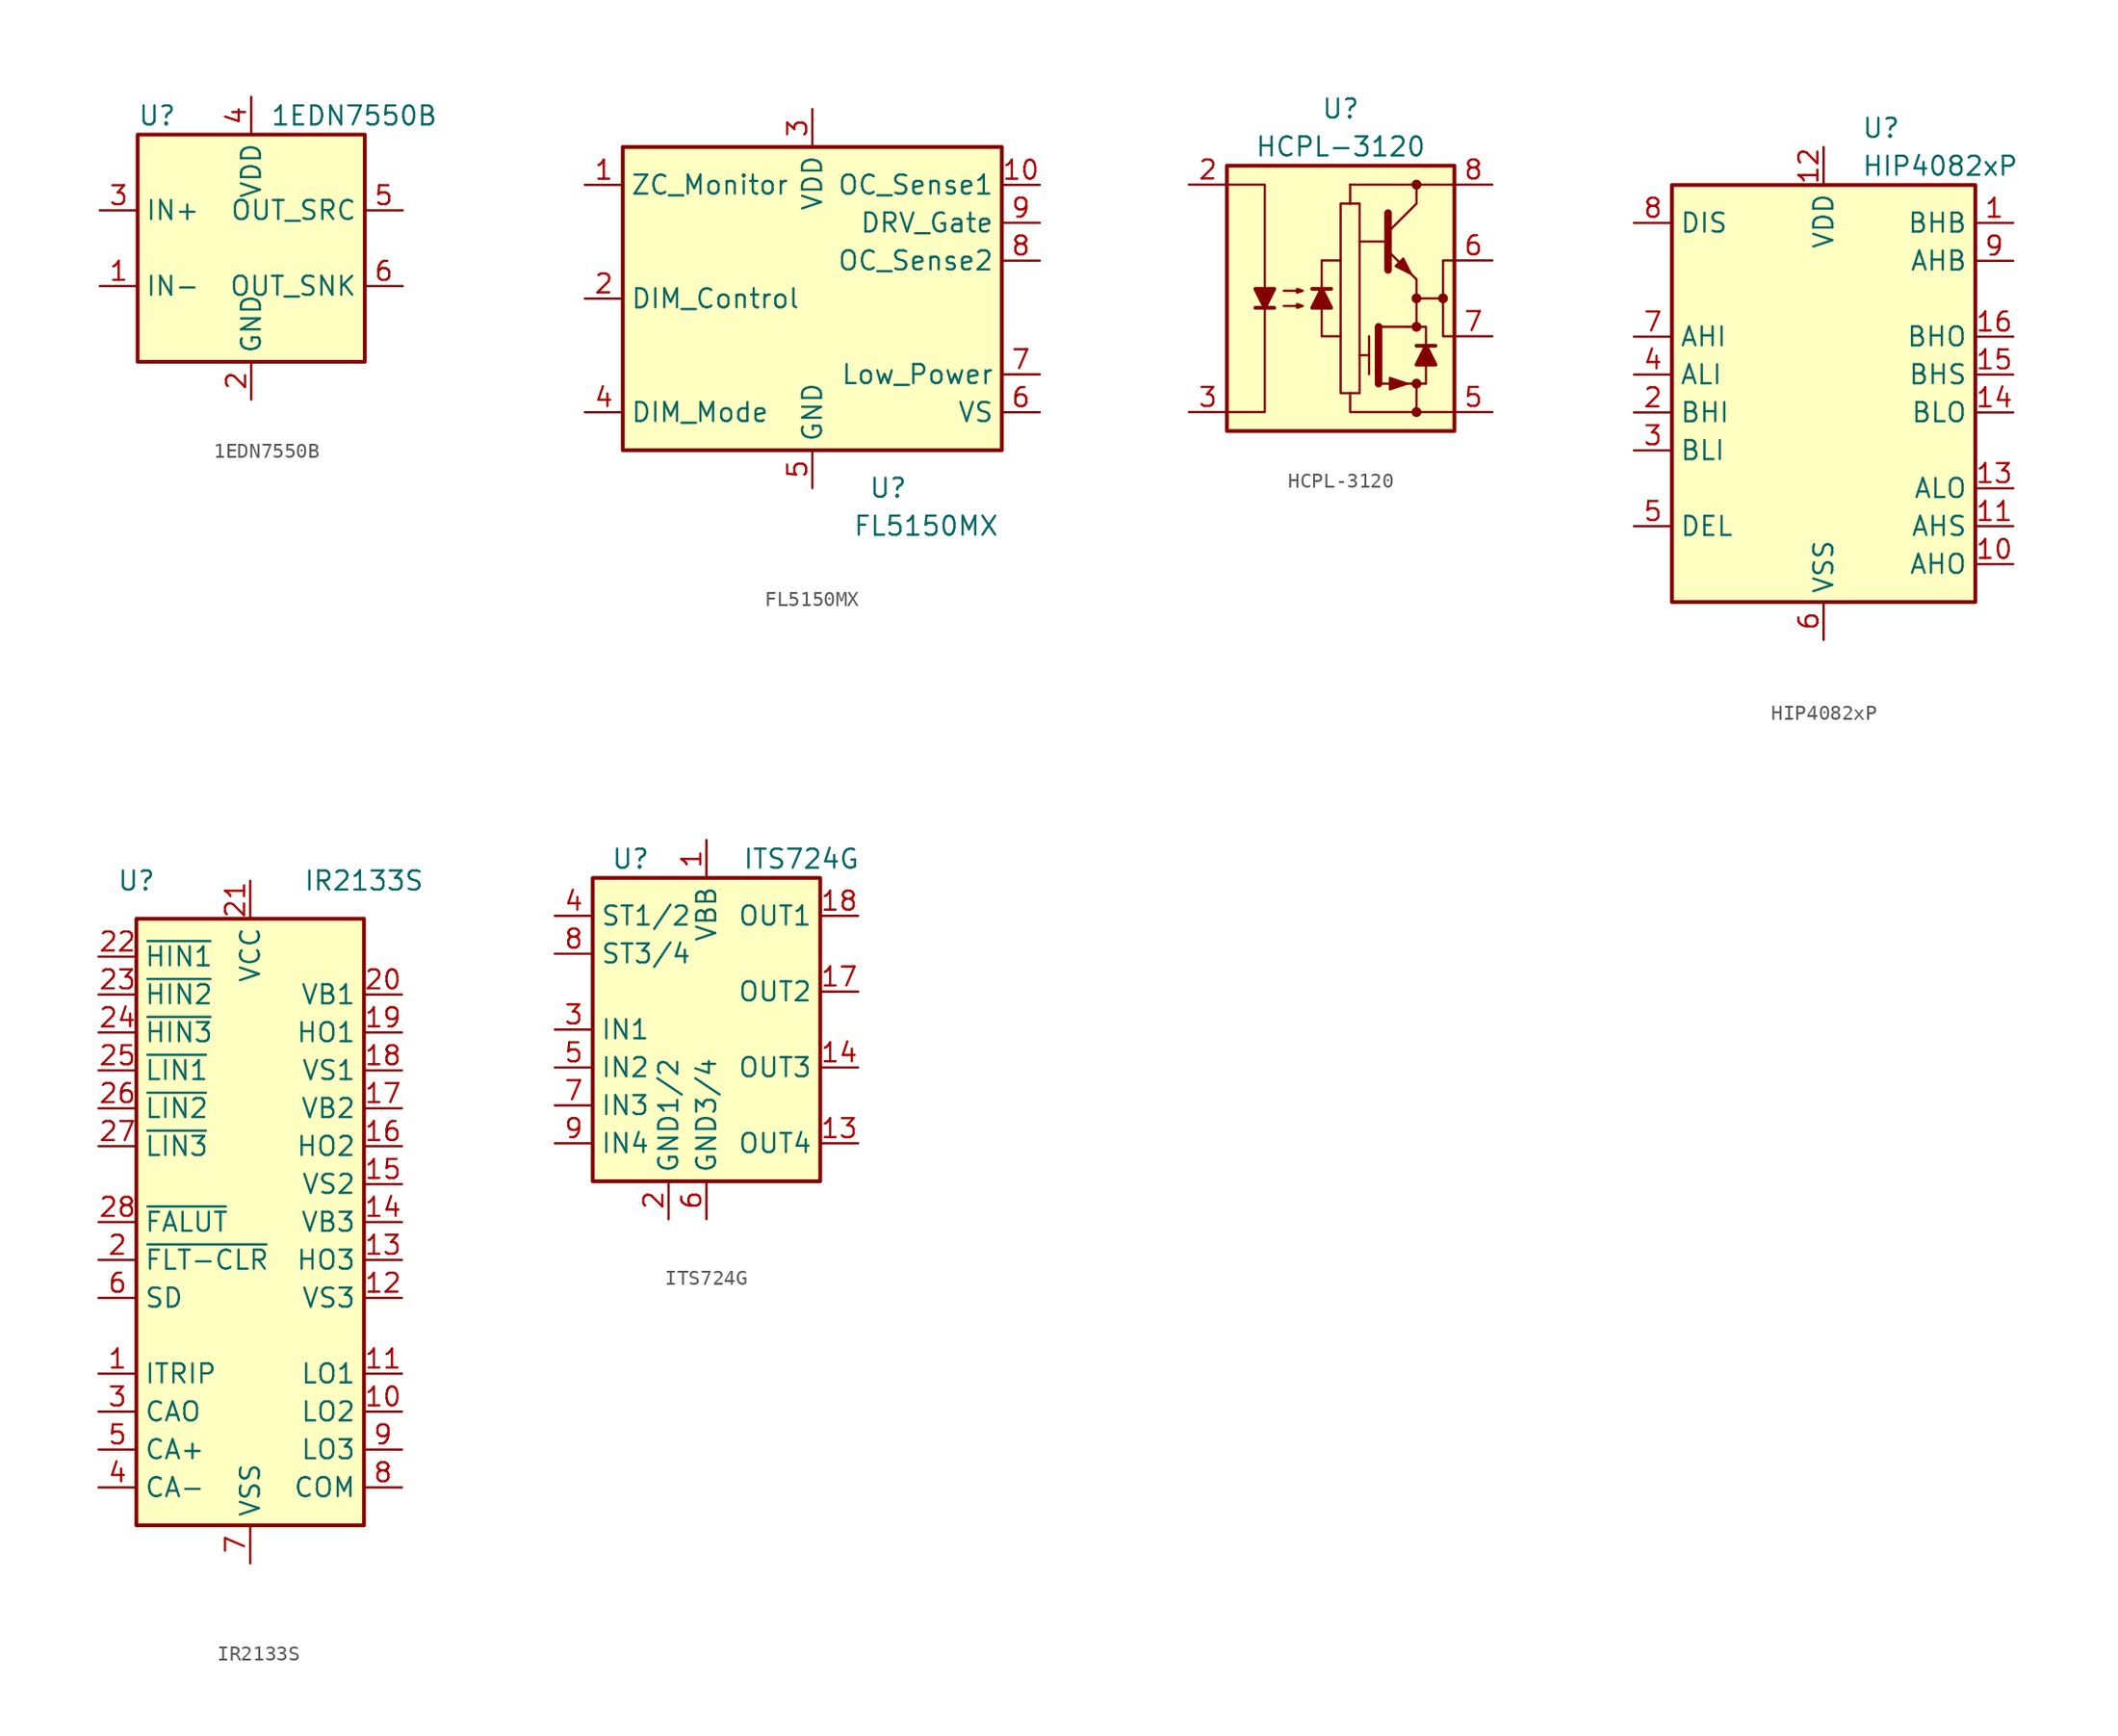
<source format=kicad_sym>
(kicad_symbol_lib
  (version 20201005)
  (generator kicad_symbol_editor)
  (symbol "1EDN7550B"
    (property "Reference" "U"
      (at -7.62 8.89 0)
      (effects (font (size 1.27 1.27)) (justify left)))
    (property "Value" "1EDN7550B"
      (at 1.27 8.89 0)
      (effects (font (size 1.27 1.27)) (justify left)))
    (symbol "1EDN7550B_0_1"
      (rectangle (start -7.62 -7.62) (end 7.62 7.62) (stroke (width 0.254)) (fill (type background))))
    (symbol "1EDN7550B_1_1"
      (pin input line (at -10.16 -2.54 0) (length 2.54) (name "IN-" (effects (font (size 1.27 1.27)))) (number "1" (effects (font (size 1.27 1.27)))))
      (pin power_in line (at 0 -10.16 90) (length 2.54) (name "GND" (effects (font (size 1.27 1.27)))) (number "2" (effects (font (size 1.27 1.27)))))
      (pin input line (at -10.16 2.54 0) (length 2.54) (name "IN+" (effects (font (size 1.27 1.27)))) (number "3" (effects (font (size 1.27 1.27)))))
      (pin power_in line (at 0 10.16 270) (length 2.54) (name "VDD" (effects (font (size 1.27 1.27)))) (number "4" (effects (font (size 1.27 1.27)))))
      (pin output line (at 10.16 2.54 180) (length 2.54) (name "OUT_SRC" (effects (font (size 1.27 1.27)))) (number "5" (effects (font (size 1.27 1.27)))))
      (pin output line (at 10.16 -2.54 180) (length 2.54) (name "OUT_SNK" (effects (font (size 1.27 1.27)))) (number "6" (effects (font (size 1.27 1.27)))))))
  (symbol "FL5150MX"
    (property "Reference" "U"
      (at 5.08 -12.7 0)
      (effects (font (size 1.27 1.27))))
    (property "Value" "FL5150MX"
      (at 7.62 -15.24 0)
      (effects (font (size 1.27 1.27))))
    (symbol "FL5150MX_0_1"
      (rectangle (start -12.7 10.16) (end 12.7 -10.16) (stroke (width 0.254)) (fill (type background))))
    (symbol "FL5150MX_1_1"
      (pin input line (at -15.24 7.62 0) (length 2.54) (name "ZC_Monitor" (effects (font (size 1.27 1.27)))) (number "1" (effects (font (size 1.27 1.27)))))
      (pin input line (at 15.24 7.62 180) (length 2.54) (name "OC_Sense1" (effects (font (size 1.27 1.27)))) (number "10" (effects (font (size 1.27 1.27)))))
      (pin input line (at -15.24 0 0) (length 2.54) (name "DIM_Control" (effects (font (size 1.27 1.27)))) (number "2" (effects (font (size 1.27 1.27)))))
      (pin power_out line (at 0 12.7 270) (length 2.54) (name "VDD" (effects (font (size 1.27 1.27)))) (number "3" (effects (font (size 1.27 1.27)))))
      (pin input line (at -15.24 -7.62 0) (length 2.54) (name "DIM_Mode" (effects (font (size 1.27 1.27)))) (number "4" (effects (font (size 1.27 1.27)))))
      (pin power_out line (at 0 -12.7 90) (length 2.54) (name "GND" (effects (font (size 1.27 1.27)))) (number "5" (effects (font (size 1.27 1.27)))))
      (pin power_in line (at 15.24 -7.62 180) (length 2.54) (name "VS" (effects (font (size 1.27 1.27)))) (number "6" (effects (font (size 1.27 1.27)))))
      (pin input line (at 15.24 -5.08 180) (length 2.54) (name "Low_Power" (effects (font (size 1.27 1.27)))) (number "7" (effects (font (size 1.27 1.27)))))
      (pin input line (at 15.24 2.54 180) (length 2.54) (name "OC_Sense2" (effects (font (size 1.27 1.27)))) (number "8" (effects (font (size 1.27 1.27)))))
      (pin output line (at 15.24 5.08 180) (length 2.54) (name "DRV_Gate" (effects (font (size 1.27 1.27)))) (number "9" (effects (font (size 1.27 1.27)))))))
  (symbol "HCPL-3120"
    (pin_names hide)
    (property "Reference" "U"
      (at 0 12.7 0)
      (effects (font (size 1.27 1.27))))
    (property "Value" "HCPL-3120"
      (at 0 10.16 0)
      (effects (font (size 1.27 1.27))))
    (symbol "HCPL-3120_0_1"
      (circle (center 5.08 -7.62) (radius 0.254) (stroke (width 0)) (fill (type outline)))
      (circle (center 5.08 -5.715) (radius 0.254) (stroke (width 0)) (fill (type outline)))
      (circle (center 5.08 -1.905) (radius 0.254) (stroke (width 0)) (fill (type outline)))
      (circle (center 5.08 0) (radius 0.254) (stroke (width 0)) (fill (type outline)))
      (circle (center 5.08 7.62) (radius 0.254) (stroke (width 0)) (fill (type outline)))
      (circle (center 6.858 0) (radius 0.254) (stroke (width 0)) (fill (type outline)))
      (rectangle (start 0.635 6.35) (end 0.635 6.35) (stroke (width 0)) (fill (type none)))
      (rectangle (start 0.635 6.35) (end 0.635 7.62) (stroke (width 0)) (fill (type none)))
      (rectangle (start -7.62 8.89) (end 7.62 -8.89) (stroke (width 0.254)) (fill (type background)))
      (polyline (pts (xy -5.715 -0.635) (xy -4.445 -0.635)) (stroke (width 0.254)) (fill (type none)))
      (polyline (pts (xy -0.635 0.635) (xy -1.905 0.635)) (stroke (width 0.254)) (fill (type none)))
      (polyline (pts (xy 1.27 -3.81) (xy 1.905 -3.81)) (stroke (width 0)) (fill (type none)))
      (polyline (pts (xy 1.905 -5.08) (xy 1.905 -2.54)) (stroke (width 0)) (fill (type none)))
      (polyline (pts (xy 2.54 -5.715) (xy 2.54 -1.905)) (stroke (width 0.508)) (fill (type none)))
      (polyline (pts (xy 3.048 3.81) (xy 1.27 3.81)) (stroke (width 0)) (fill (type none)))
      (polyline (pts (xy 3.175 4.445) (xy 5.08 6.35)) (stroke (width 0)) (fill (type none)))
      (polyline (pts (xy 4.445 -1.905) (xy 2.54 -1.905)) (stroke (width 0)) (fill (type none)))
      (polyline (pts (xy 5.08 -5.715) (xy 5.08 -7.62)) (stroke (width 0)) (fill (type none)))
      (polyline (pts (xy 5.08 0) (xy 6.858 0)) (stroke (width 0)) (fill (type none)))
      (polyline (pts (xy 5.08 1.27) (xy 5.08 -1.905)) (stroke (width 0)) (fill (type none)))
      (polyline (pts (xy 5.08 6.35) (xy 5.08 7.62)) (stroke (width 0)) (fill (type none)))
      (polyline (pts (xy 6.35 -3.175) (xy 5.08 -3.175)) (stroke (width 0.254)) (fill (type none)))
      (polyline (pts (xy 7.62 7.62) (xy 0.635 7.62)) (stroke (width 0)) (fill (type none)))
      (polyline (pts (xy -1.27 -0.635) (xy -1.27 -2.54) (xy 0 -2.54)) (stroke (width 0)) (fill (type none)))
      (polyline (pts (xy -1.27 0.635) (xy -1.27 2.54) (xy 0 2.54)) (stroke (width 0)) (fill (type none)))
      (polyline (pts (xy 0.635 -6.35) (xy 0.635 -7.62) (xy 7.62 -7.62)) (stroke (width 0)) (fill (type none)))
      (polyline (pts (xy 3.175 5.715) (xy 3.175 1.905) (xy 3.175 1.905)) (stroke (width 0.508)) (fill (type none)))
      (polyline (pts (xy 4.445 -1.905) (xy 5.715 -1.905) (xy 5.715 -3.175)) (stroke (width 0)) (fill (type none)))
      (polyline (pts (xy 5.715 -4.445) (xy 5.715 -5.715) (xy 2.54 -5.715)) (stroke (width 0)) (fill (type none)))
      (polyline (pts (xy -7.62 7.62) (xy -5.08 7.62) (xy -5.08 -7.62) (xy -7.62 -7.62)) (stroke (width 0)) (fill (type none)))
      (polyline (pts (xy 7.62 2.54) (xy 6.858 2.54) (xy 6.858 -2.54) (xy 7.62 -2.54)) (stroke (width 0)) (fill (type none)))
      (polyline (pts (xy -3.81 -0.508) (xy -2.54 -0.508) (xy -2.921 -0.635) (xy -2.921 -0.381) (xy -2.54 -0.508)) (stroke (width 0)) (fill (type none)))
      (polyline (pts (xy -3.81 0.508) (xy -2.54 0.508) (xy -2.921 0.381) (xy -2.921 0.635) (xy -2.54 0.508)) (stroke (width 0)) (fill (type none)))
      (polyline (pts (xy 1.27 6.35) (xy 1.27 -6.35) (xy 0 -6.35) (xy 0 6.35) (xy 1.27 6.35)) (stroke (width 0)) (fill (type none)))
      (polyline (pts (xy 5.08 1.27) (xy 3.175 3.175)) (stroke (width 0)) (fill (type outline)))
      (polyline (pts (xy -5.08 -0.635) (xy -5.715 0.635) (xy -4.445 0.635) (xy -5.08 -0.635)) (stroke (width 0.254)) (fill (type outline)))
      (polyline (pts (xy -1.27 0.635) (xy -0.635 -0.635) (xy -1.905 -0.635) (xy -1.27 0.635)) (stroke (width 0.254)) (fill (type outline)))
      (polyline (pts (xy 4.445 -5.715) (xy 3.302 -5.334) (xy 3.302 -6.096) (xy 4.445 -5.715)) (stroke (width 0)) (fill (type outline)))
      (polyline (pts (xy 5.715 -3.175) (xy 6.35 -4.445) (xy 5.08 -4.445) (xy 5.715 -3.175)) (stroke (width 0.254)) (fill (type outline)))
      (polyline (pts (xy 3.683 2.159) (xy 4.191 2.667) (xy 4.699 1.651) (xy 3.683 2.159) (xy 3.683 2.159)) (stroke (width 0)) (fill (type outline))))
    (symbol "HCPL-3120_1_1"
      (pin no_connect line (at -7.62 2.54 0) (length 2.54) hide (name "NC" (effects (font (size 1.27 1.27)))) (number "1" (effects (font (size 1.27 1.27)))))
      (pin passive line (at -10.16 7.62 0) (length 2.54) (name "A" (effects (font (size 1.27 1.27)))) (number "2" (effects (font (size 1.27 1.27)))))
      (pin passive line (at -10.16 -7.62 0) (length 2.54) (name "C" (effects (font (size 1.27 1.27)))) (number "3" (effects (font (size 1.27 1.27)))))
      (pin no_connect line (at -7.62 -2.54 0) (length 2.54) hide (name "NC" (effects (font (size 1.27 1.27)))) (number "4" (effects (font (size 1.27 1.27)))))
      (pin power_out line (at 10.16 -7.62 180) (length 2.54) (name "VEE" (effects (font (size 1.27 1.27)))) (number "5" (effects (font (size 1.27 1.27)))))
      (pin output line (at 10.16 2.54 180) (length 2.54) (name "VO" (effects (font (size 1.27 1.27)))) (number "6" (effects (font (size 1.27 1.27)))))
      (pin output line (at 10.16 -2.54 180) (length 2.54) (name "VO" (effects (font (size 1.27 1.27)))) (number "7" (effects (font (size 1.27 1.27)))))
      (pin power_in line (at 10.16 7.62 180) (length 2.54) (name "VCC" (effects (font (size 1.27 1.27)))) (number "8" (effects (font (size 1.27 1.27)))))))
  (symbol "HIP4082xP"
    (property "Reference" "U"
      (at 2.54 16.51 0)
      (effects (font (size 1.27 1.27)) (justify left)))
    (property "Value" "HIP4082xP"
      (at 2.54 13.97 0)
      (effects (font (size 1.27 1.27)) (justify left)))
    (symbol "HIP4082xP_0_0"
      (pin passive line (at -12.7 -10.16 0) (length 2.54) (name "DEL" (effects (font (size 1.27 1.27)))) (number "5" (effects (font (size 1.27 1.27))))))
    (symbol "HIP4082xP_1_1"
      (rectangle (start -10.16 -15.24) (end 10.16 12.7) (stroke (width 0.254)) (fill (type background)))
      (pin input line (at 12.7 10.16 180) (length 2.54) (name "BHB" (effects (font (size 1.27 1.27)))) (number "1" (effects (font (size 1.27 1.27)))))
      (pin output line (at 12.7 -12.7 180) (length 2.54) (name "AHO" (effects (font (size 1.27 1.27)))) (number "10" (effects (font (size 1.27 1.27)))))
      (pin passive line (at 12.7 -10.16 180) (length 2.54) (name "AHS" (effects (font (size 1.27 1.27)))) (number "11" (effects (font (size 1.27 1.27)))))
      (pin power_in line (at 0 15.24 270) (length 2.54) (name "VDD" (effects (font (size 1.27 1.27)))) (number "12" (effects (font (size 1.27 1.27)))))
      (pin output line (at 12.7 -7.62 180) (length 2.54) (name "ALO" (effects (font (size 1.27 1.27)))) (number "13" (effects (font (size 1.27 1.27)))))
      (pin output line (at 12.7 -2.54 180) (length 2.54) (name "BLO" (effects (font (size 1.27 1.27)))) (number "14" (effects (font (size 1.27 1.27)))))
      (pin passive line (at 12.7 0 180) (length 2.54) (name "BHS" (effects (font (size 1.27 1.27)))) (number "15" (effects (font (size 1.27 1.27)))))
      (pin output line (at 12.7 2.54 180) (length 2.54) (name "BHO" (effects (font (size 1.27 1.27)))) (number "16" (effects (font (size 1.27 1.27)))))
      (pin input line (at -12.7 -2.54 0) (length 2.54) (name "BHI" (effects (font (size 1.27 1.27)))) (number "2" (effects (font (size 1.27 1.27)))))
      (pin input line (at -12.7 -5.08 0) (length 2.54) (name "BLI" (effects (font (size 1.27 1.27)))) (number "3" (effects (font (size 1.27 1.27)))))
      (pin input line (at -12.7 0 0) (length 2.54) (name "ALI" (effects (font (size 1.27 1.27)))) (number "4" (effects (font (size 1.27 1.27)))))
      (pin power_in line (at 0 -17.78 90) (length 2.54) (name "VSS" (effects (font (size 1.27 1.27)))) (number "6" (effects (font (size 1.27 1.27)))))
      (pin input line (at -12.7 2.54 0) (length 2.54) (name "AHI" (effects (font (size 1.27 1.27)))) (number "7" (effects (font (size 1.27 1.27)))))
      (pin input line (at -12.7 10.16 0) (length 2.54) (name "DIS" (effects (font (size 1.27 1.27)))) (number "8" (effects (font (size 1.27 1.27)))))
      (pin input line (at 12.7 7.62 180) (length 2.54) (name "AHB" (effects (font (size 1.27 1.27)))) (number "9" (effects (font (size 1.27 1.27)))))))
  (symbol "IR2133S"
    (property "Reference" "U"
      (at -7.62 22.86 0)
      (effects (font (size 1.27 1.27))))
    (property "Value" "IR2133S"
      (at 7.62 22.86 0)
      (effects (font (size 1.27 1.27))))
    (symbol "IR2133S_1_1"
      (rectangle (start -7.62 -20.32) (end 7.62 20.32) (stroke (width 0.254)) (fill (type background)))
      (pin input line (at -10.16 -10.16 0) (length 2.54) (name "ITRIP" (effects (font (size 1.27 1.27)))) (number "1" (effects (font (size 1.27 1.27)))))
      (pin output line (at 10.16 -12.7 180) (length 2.54) (name "LO2" (effects (font (size 1.27 1.27)))) (number "10" (effects (font (size 1.27 1.27)))))
      (pin output line (at 10.16 -10.16 180) (length 2.54) (name "LO1" (effects (font (size 1.27 1.27)))) (number "11" (effects (font (size 1.27 1.27)))))
      (pin passive line (at 10.16 -5.08 180) (length 2.54) (name "VS3" (effects (font (size 1.27 1.27)))) (number "12" (effects (font (size 1.27 1.27)))))
      (pin output line (at 10.16 -2.54 180) (length 2.54) (name "HO3" (effects (font (size 1.27 1.27)))) (number "13" (effects (font (size 1.27 1.27)))))
      (pin passive line (at 10.16 0 180) (length 2.54) (name "VB3" (effects (font (size 1.27 1.27)))) (number "14" (effects (font (size 1.27 1.27)))))
      (pin passive line (at 10.16 2.54 180) (length 2.54) (name "VS2" (effects (font (size 1.27 1.27)))) (number "15" (effects (font (size 1.27 1.27)))))
      (pin output line (at 10.16 5.08 180) (length 2.54) (name "HO2" (effects (font (size 1.27 1.27)))) (number "16" (effects (font (size 1.27 1.27)))))
      (pin passive line (at 10.16 7.62 180) (length 2.54) (name "VB2" (effects (font (size 1.27 1.27)))) (number "17" (effects (font (size 1.27 1.27)))))
      (pin passive line (at 10.16 10.16 180) (length 2.54) (name "VS1" (effects (font (size 1.27 1.27)))) (number "18" (effects (font (size 1.27 1.27)))))
      (pin output line (at 10.16 12.7 180) (length 2.54) (name "HO1" (effects (font (size 1.27 1.27)))) (number "19" (effects (font (size 1.27 1.27)))))
      (pin input line (at -10.16 -2.54 0) (length 2.54) (name "~FLT-CLR" (effects (font (size 1.27 1.27)))) (number "2" (effects (font (size 1.27 1.27)))))
      (pin passive line (at 10.16 15.24 180) (length 2.54) (name "VB1" (effects (font (size 1.27 1.27)))) (number "20" (effects (font (size 1.27 1.27)))))
      (pin power_in line (at 0 22.86 270) (length 2.54) (name "VCC" (effects (font (size 1.27 1.27)))) (number "21" (effects (font (size 1.27 1.27)))))
      (pin input line (at -10.16 17.78 0) (length 2.54) (name "~HIN1" (effects (font (size 1.27 1.27)))) (number "22" (effects (font (size 1.27 1.27)))))
      (pin input line (at -10.16 15.24 0) (length 2.54) (name "~HIN2" (effects (font (size 1.27 1.27)))) (number "23" (effects (font (size 1.27 1.27)))))
      (pin input line (at -10.16 12.7 0) (length 2.54) (name "~HIN3" (effects (font (size 1.27 1.27)))) (number "24" (effects (font (size 1.27 1.27)))))
      (pin input line (at -10.16 10.16 0) (length 2.54) (name "~LIN1" (effects (font (size 1.27 1.27)))) (number "25" (effects (font (size 1.27 1.27)))))
      (pin input line (at -10.16 7.62 0) (length 2.54) (name "~LIN2" (effects (font (size 1.27 1.27)))) (number "26" (effects (font (size 1.27 1.27)))))
      (pin input line (at -10.16 5.08 0) (length 2.54) (name "~LIN3" (effects (font (size 1.27 1.27)))) (number "27" (effects (font (size 1.27 1.27)))))
      (pin output line (at -10.16 0 0) (length 2.54) (name "~FALUT" (effects (font (size 1.27 1.27)))) (number "28" (effects (font (size 1.27 1.27)))))
      (pin output line (at -10.16 -12.7 0) (length 2.54) (name "CAO" (effects (font (size 1.27 1.27)))) (number "3" (effects (font (size 1.27 1.27)))))
      (pin input line (at -10.16 -17.78 0) (length 2.54) (name "CA-" (effects (font (size 1.27 1.27)))) (number "4" (effects (font (size 1.27 1.27)))))
      (pin input line (at -10.16 -15.24 0) (length 2.54) (name "CA+" (effects (font (size 1.27 1.27)))) (number "5" (effects (font (size 1.27 1.27)))))
      (pin input line (at -10.16 -5.08 0) (length 2.54) (name "SD" (effects (font (size 1.27 1.27)))) (number "6" (effects (font (size 1.27 1.27)))))
      (pin power_in line (at 0 -22.86 90) (length 2.54) (name "VSS" (effects (font (size 1.27 1.27)))) (number "7" (effects (font (size 1.27 1.27)))))
      (pin passive line (at 10.16 -17.78 180) (length 2.54) (name "COM" (effects (font (size 1.27 1.27)))) (number "8" (effects (font (size 1.27 1.27)))))
      (pin output line (at 10.16 -15.24 180) (length 2.54) (name "LO3" (effects (font (size 1.27 1.27)))) (number "9" (effects (font (size 1.27 1.27)))))))
  (symbol "ITS724G"
    (property "Reference" "U"
      (at -5.08 11.43 0)
      (effects (font (size 1.27 1.27))))
    (property "Value" "ITS724G"
      (at 6.35 11.43 0)
      (effects (font (size 1.27 1.27))))
    (symbol "ITS724G_0_1"
      (rectangle (start -7.62 10.16) (end 7.62 -10.16) (stroke (width 0.254)) (fill (type background))))
    (symbol "ITS724G_1_1"
      (pin power_in line (at 0 12.7 270) (length 2.54) (name "VBB" (effects (font (size 1.27 1.27)))) (number "1" (effects (font (size 1.27 1.27)))))
      (pin passive line (at 0 12.7 270) (length 2.54) hide (name "VBB" (effects (font (size 1.27 1.27)))) (number "10" (effects (font (size 1.27 1.27)))))
      (pin passive line (at 0 12.7 270) (length 2.54) hide (name "VBB" (effects (font (size 1.27 1.27)))) (number "11" (effects (font (size 1.27 1.27)))))
      (pin passive line (at 0 12.7 270) (length 2.54) hide (name "VBB" (effects (font (size 1.27 1.27)))) (number "12" (effects (font (size 1.27 1.27)))))
      (pin open_emitter line (at 10.16 -7.62 180) (length 2.54) (name "OUT4" (effects (font (size 1.27 1.27)))) (number "13" (effects (font (size 1.27 1.27)))))
      (pin open_emitter line (at 10.16 -2.54 180) (length 2.54) (name "OUT3" (effects (font (size 1.27 1.27)))) (number "14" (effects (font (size 1.27 1.27)))))
      (pin passive line (at 0 12.7 270) (length 2.54) hide (name "VBB" (effects (font (size 1.27 1.27)))) (number "15" (effects (font (size 1.27 1.27)))))
      (pin passive line (at 0 12.7 270) (length 2.54) hide (name "VBB" (effects (font (size 1.27 1.27)))) (number "16" (effects (font (size 1.27 1.27)))))
      (pin open_emitter line (at 10.16 2.54 180) (length 2.54) (name "OUT2" (effects (font (size 1.27 1.27)))) (number "17" (effects (font (size 1.27 1.27)))))
      (pin open_emitter line (at 10.16 7.62 180) (length 2.54) (name "OUT1" (effects (font (size 1.27 1.27)))) (number "18" (effects (font (size 1.27 1.27)))))
      (pin passive line (at 0 12.7 270) (length 2.54) hide (name "VBB" (effects (font (size 1.27 1.27)))) (number "19" (effects (font (size 1.27 1.27)))))
      (pin power_in line (at -2.54 -12.7 90) (length 2.54) (name "GND1/2" (effects (font (size 1.27 1.27)))) (number "2" (effects (font (size 1.27 1.27)))))
      (pin passive line (at 0 12.7 270) (length 2.54) hide (name "VBB" (effects (font (size 1.27 1.27)))) (number "20" (effects (font (size 1.27 1.27)))))
      (pin input line (at -10.16 0 0) (length 2.54) (name "IN1" (effects (font (size 1.27 1.27)))) (number "3" (effects (font (size 1.27 1.27)))))
      (pin open_collector line (at -10.16 7.62 0) (length 2.54) (name "ST1/2" (effects (font (size 1.27 1.27)))) (number "4" (effects (font (size 1.27 1.27)))))
      (pin input line (at -10.16 -2.54 0) (length 2.54) (name "IN2" (effects (font (size 1.27 1.27)))) (number "5" (effects (font (size 1.27 1.27)))))
      (pin power_in line (at 0 -12.7 90) (length 2.54) (name "GND3/4" (effects (font (size 1.27 1.27)))) (number "6" (effects (font (size 1.27 1.27)))))
      (pin input line (at -10.16 -5.08 0) (length 2.54) (name "IN3" (effects (font (size 1.27 1.27)))) (number "7" (effects (font (size 1.27 1.27)))))
      (pin open_collector line (at -10.16 5.08 0) (length 2.54) (name "ST3/4" (effects (font (size 1.27 1.27)))) (number "8" (effects (font (size 1.27 1.27)))))
      (pin input line (at -10.16 -7.62 0) (length 2.54) (name "IN4" (effects (font (size 1.27 1.27)))) (number "9" (effects (font (size 1.27 1.27))))))))
</source>
